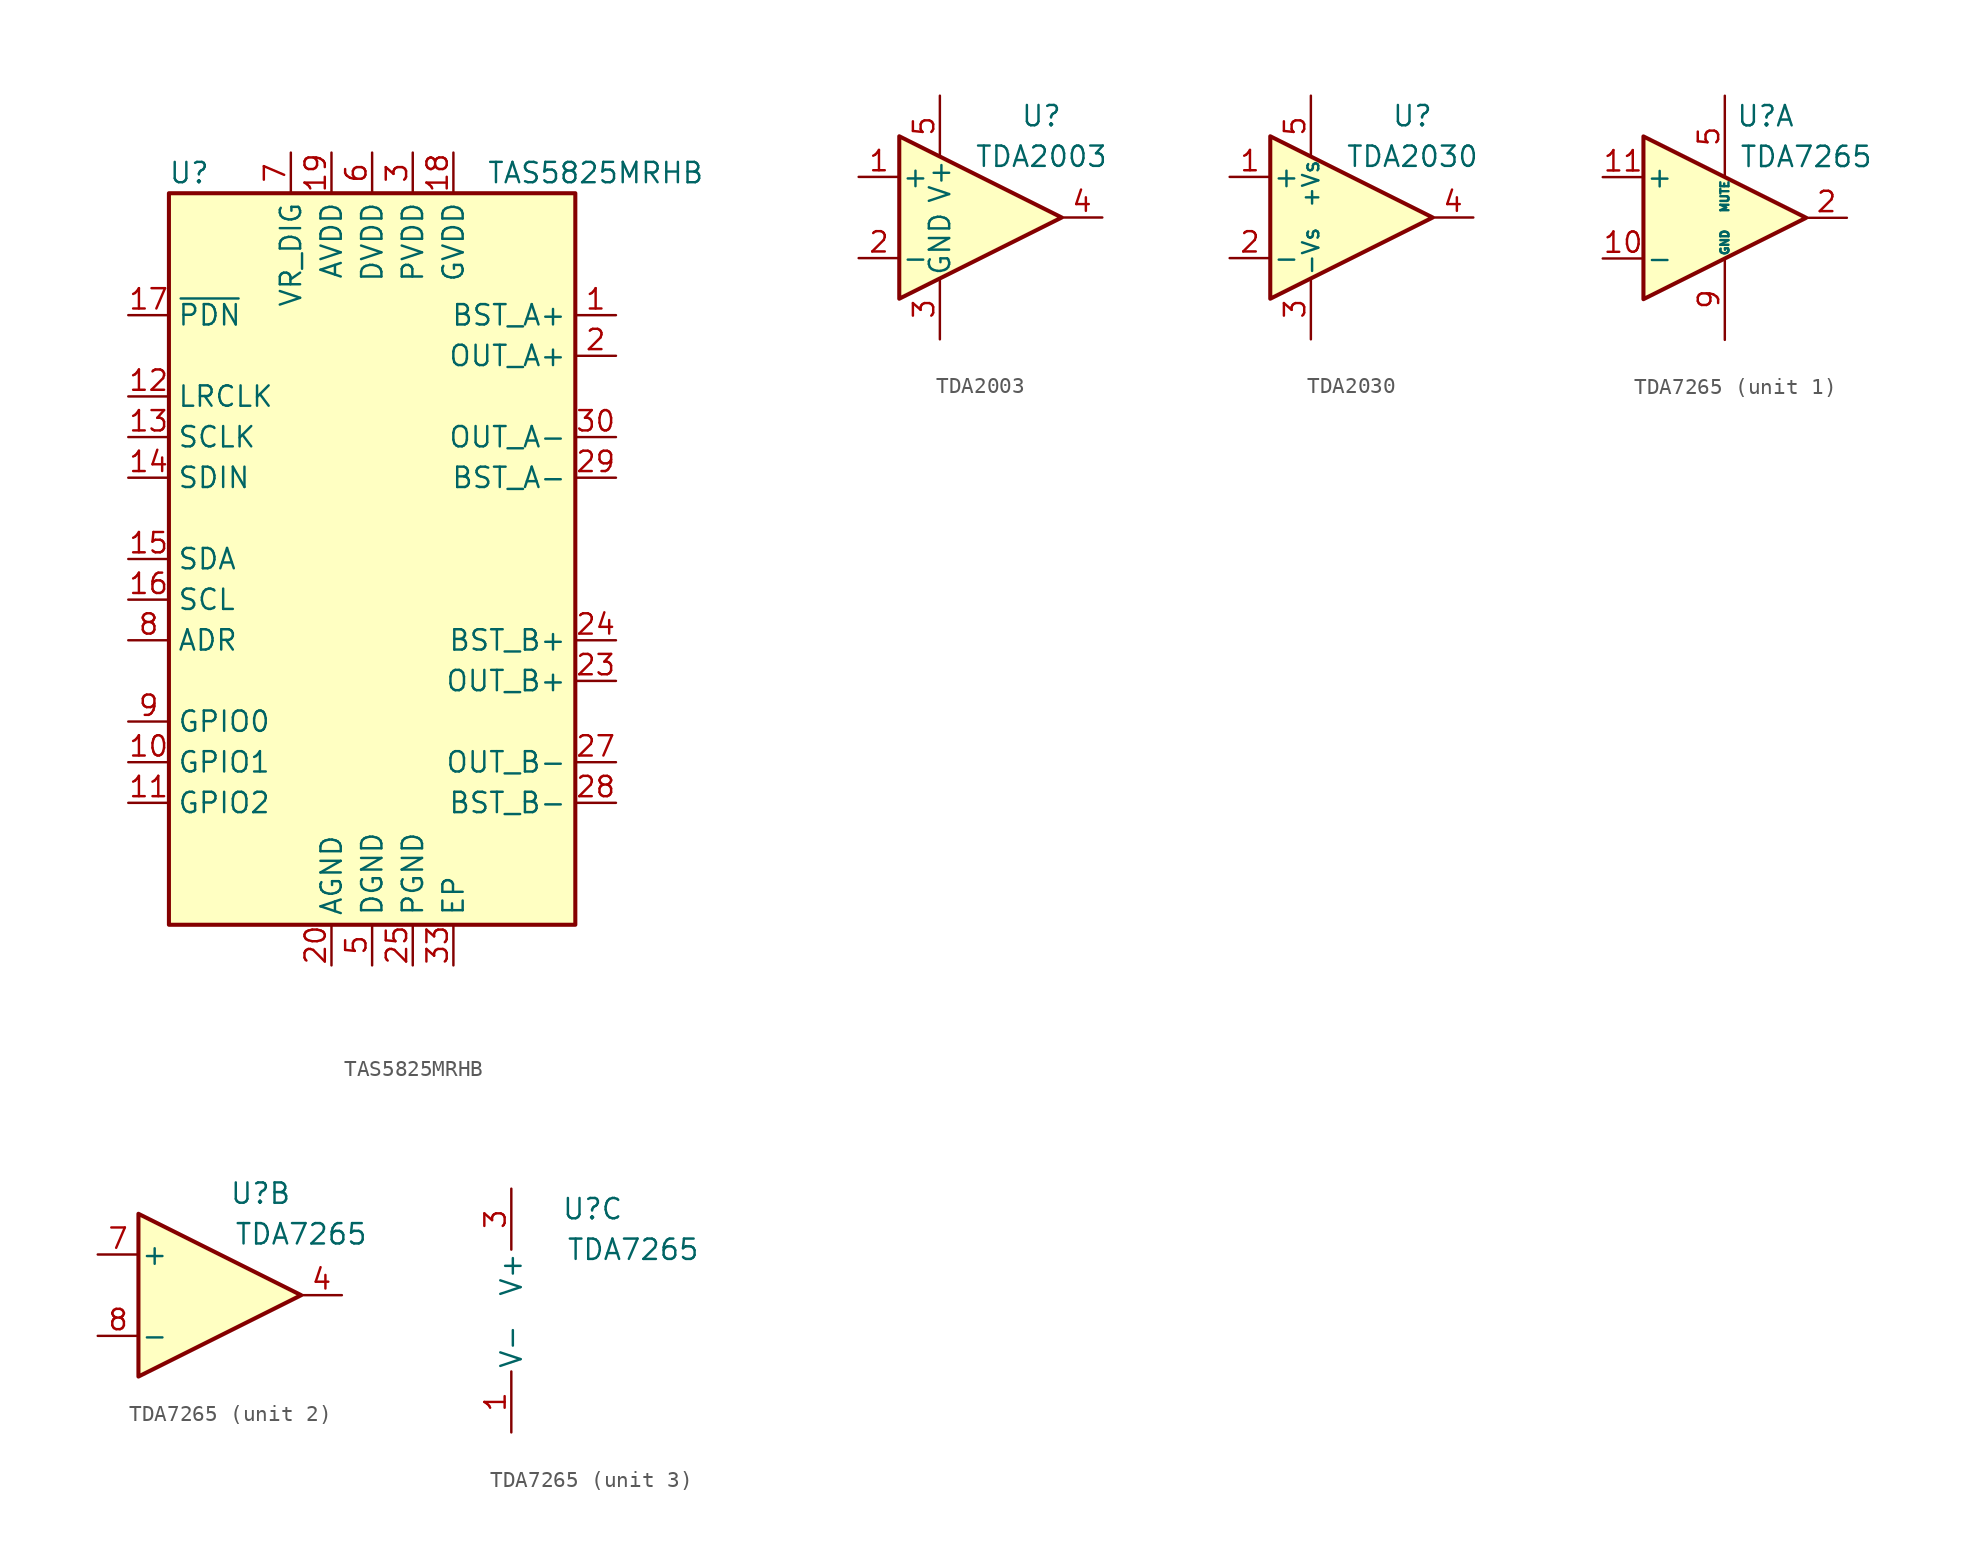
<source format=kicad_sym>
(kicad_symbol_lib
  (version 20201005)
  (generator kicad_symbol_editor)
  (symbol "TAS5825MRHB"
    (property "Reference" "U"
      (at -11.43 24.13 0)
      (effects (font (size 1.27 1.27))))
    (property "Value" "TAS5825MRHB"
      (at 13.97 24.13 0)
      (effects (font (size 1.27 1.27))))
    (symbol "TAS5825MRHB_0_1"
      (rectangle (start -12.7 22.86) (end 12.7 -22.86) (stroke (width 0.254)) (fill (type background))))
    (symbol "TAS5825MRHB_1_1"
      (pin passive line (at 15.24 15.24 180) (length 2.54) (name "BST_A+" (effects (font (size 1.27 1.27)))) (number "1" (effects (font (size 1.27 1.27)))))
      (pin bidirectional line (at -15.24 -12.7 0) (length 2.54) (name "GPIO1" (effects (font (size 1.27 1.27)))) (number "10" (effects (font (size 1.27 1.27)))))
      (pin bidirectional line (at -15.24 -15.24 0) (length 2.54) (name "GPIO2" (effects (font (size 1.27 1.27)))) (number "11" (effects (font (size 1.27 1.27)))))
      (pin input line (at -15.24 10.16 0) (length 2.54) (name "LRCLK" (effects (font (size 1.27 1.27)))) (number "12" (effects (font (size 1.27 1.27)))))
      (pin input line (at -15.24 7.62 0) (length 2.54) (name "SCLK" (effects (font (size 1.27 1.27)))) (number "13" (effects (font (size 1.27 1.27)))))
      (pin input line (at -15.24 5.08 0) (length 2.54) (name "SDIN" (effects (font (size 1.27 1.27)))) (number "14" (effects (font (size 1.27 1.27)))))
      (pin bidirectional line (at -15.24 0 0) (length 2.54) (name "SDA" (effects (font (size 1.27 1.27)))) (number "15" (effects (font (size 1.27 1.27)))))
      (pin input line (at -15.24 -2.54 0) (length 2.54) (name "SCL" (effects (font (size 1.27 1.27)))) (number "16" (effects (font (size 1.27 1.27)))))
      (pin input line (at -15.24 15.24 0) (length 2.54) (name "~PDN" (effects (font (size 1.27 1.27)))) (number "17" (effects (font (size 1.27 1.27)))))
      (pin passive line (at 5.08 25.4 270) (length 2.54) (name "GVDD" (effects (font (size 1.27 1.27)))) (number "18" (effects (font (size 1.27 1.27)))))
      (pin passive line (at -2.54 25.4 270) (length 2.54) (name "AVDD" (effects (font (size 1.27 1.27)))) (number "19" (effects (font (size 1.27 1.27)))))
      (pin output line (at 15.24 12.7 180) (length 2.54) (name "OUT_A+" (effects (font (size 1.27 1.27)))) (number "2" (effects (font (size 1.27 1.27)))))
      (pin power_in line (at -2.54 -25.4 90) (length 2.54) (name "AGND" (effects (font (size 1.27 1.27)))) (number "20" (effects (font (size 1.27 1.27)))))
      (pin passive line (at 2.54 25.4 270) (length 2.54) hide (name "PVDD" (effects (font (size 1.27 1.27)))) (number "21" (effects (font (size 1.27 1.27)))))
      (pin passive line (at 2.54 25.4 270) (length 2.54) hide (name "PVDD" (effects (font (size 1.27 1.27)))) (number "22" (effects (font (size 1.27 1.27)))))
      (pin output line (at 15.24 -7.62 180) (length 2.54) (name "OUT_B+" (effects (font (size 1.27 1.27)))) (number "23" (effects (font (size 1.27 1.27)))))
      (pin passive line (at 15.24 -5.08 180) (length 2.54) (name "BST_B+" (effects (font (size 1.27 1.27)))) (number "24" (effects (font (size 1.27 1.27)))))
      (pin power_in line (at 2.54 -25.4 90) (length 2.54) (name "PGND" (effects (font (size 1.27 1.27)))) (number "25" (effects (font (size 1.27 1.27)))))
      (pin passive line (at 2.54 -25.4 90) (length 2.54) hide (name "PGND" (effects (font (size 1.27 1.27)))) (number "26" (effects (font (size 1.27 1.27)))))
      (pin output line (at 15.24 -12.7 180) (length 2.54) (name "OUT_B-" (effects (font (size 1.27 1.27)))) (number "27" (effects (font (size 1.27 1.27)))))
      (pin passive line (at 15.24 -15.24 180) (length 2.54) (name "BST_B-" (effects (font (size 1.27 1.27)))) (number "28" (effects (font (size 1.27 1.27)))))
      (pin passive line (at 15.24 5.08 180) (length 2.54) (name "BST_A-" (effects (font (size 1.27 1.27)))) (number "29" (effects (font (size 1.27 1.27)))))
      (pin power_in line (at 2.54 25.4 270) (length 2.54) (name "PVDD" (effects (font (size 1.27 1.27)))) (number "3" (effects (font (size 1.27 1.27)))))
      (pin output line (at 15.24 7.62 180) (length 2.54) (name "OUT_A-" (effects (font (size 1.27 1.27)))) (number "30" (effects (font (size 1.27 1.27)))))
      (pin passive line (at 2.54 -25.4 90) (length 2.54) hide (name "PGND" (effects (font (size 1.27 1.27)))) (number "31" (effects (font (size 1.27 1.27)))))
      (pin passive line (at 2.54 -25.4 90) (length 2.54) hide (name "PGND" (effects (font (size 1.27 1.27)))) (number "32" (effects (font (size 1.27 1.27)))))
      (pin passive line (at 5.08 -25.4 90) (length 2.54) (name "EP" (effects (font (size 1.27 1.27)))) (number "33" (effects (font (size 1.27 1.27)))))
      (pin passive line (at 2.54 25.4 270) (length 2.54) hide (name "PVDD" (effects (font (size 1.27 1.27)))) (number "4" (effects (font (size 1.27 1.27)))))
      (pin power_in line (at 0 -25.4 90) (length 2.54) (name "DGND" (effects (font (size 1.27 1.27)))) (number "5" (effects (font (size 1.27 1.27)))))
      (pin power_in line (at 0 25.4 270) (length 2.54) (name "DVDD" (effects (font (size 1.27 1.27)))) (number "6" (effects (font (size 1.27 1.27)))))
      (pin passive line (at -5.08 25.4 270) (length 2.54) (name "VR_DIG" (effects (font (size 1.27 1.27)))) (number "7" (effects (font (size 1.27 1.27)))))
      (pin passive line (at -15.24 -5.08 0) (length 2.54) (name "ADR" (effects (font (size 1.27 1.27)))) (number "8" (effects (font (size 1.27 1.27)))))
      (pin bidirectional line (at -15.24 -10.16 0) (length 2.54) (name "GPIO0" (effects (font (size 1.27 1.27)))) (number "9" (effects (font (size 1.27 1.27)))))))
  (symbol "TDA2003"
    (pin_names
      (offset 0.127))
    (property "Reference" "U"
      (at 3.81 6.35 0)
      (effects (font (size 1.27 1.27))))
    (property "Value" "TDA2003"
      (at 3.81 3.81 0)
      (effects (font (size 1.27 1.27))))
    (symbol "TDA2003_0_1"
      (polyline (pts (xy -5.08 5.08) (xy 5.08 0) (xy -5.08 -5.08) (xy -5.08 5.08)) (stroke (width 0.254)) (fill (type background))))
    (symbol "TDA2003_1_1"
      (pin input line (at -7.62 2.54 0) (length 2.54) (name "+" (effects (font (size 1.27 1.27)))) (number "1" (effects (font (size 1.27 1.27)))))
      (pin input line (at -7.62 -2.54 0) (length 2.54) (name "-" (effects (font (size 1.27 1.27)))) (number "2" (effects (font (size 1.27 1.27)))))
      (pin power_in line (at -2.54 -7.62 90) (length 3.81) (name "GND" (effects (font (size 1.27 1.27)))) (number "3" (effects (font (size 1.27 1.27)))))
      (pin output line (at 7.62 0 180) (length 2.54) (name "~" (effects (font (size 1.27 1.27)))) (number "4" (effects (font (size 1.27 1.27)))))
      (pin power_in line (at -2.54 7.62 270) (length 3.81) (name "V+" (effects (font (size 1.27 1.27)))) (number "5" (effects (font (size 1.27 1.27)))))))
  (symbol "TDA2030"
    (pin_names
      (offset 0.127))
    (property "Reference" "U"
      (at 3.81 6.35 0)
      (effects (font (size 1.27 1.27))))
    (property "Value" "TDA2030"
      (at 3.81 3.81 0)
      (effects (font (size 1.27 1.27))))
    (symbol "TDA2030_0_1"
      (polyline (pts (xy -5.08 5.08) (xy 5.08 0) (xy -5.08 -5.08) (xy -5.08 5.08)) (stroke (width 0.254)) (fill (type background))))
    (symbol "TDA2030_1_1"
      (pin input line (at -7.62 2.54 0) (length 2.54) (name "+" (effects (font (size 1.27 1.27)))) (number "1" (effects (font (size 1.27 1.27)))))
      (pin input line (at -7.62 -2.54 0) (length 2.54) (name "-" (effects (font (size 1.27 1.27)))) (number "2" (effects (font (size 1.27 1.27)))))
      (pin power_in line (at -2.54 -7.62 90) (length 3.81) (name "-Vs" (effects (font (size 1.016 1.016)))) (number "3" (effects (font (size 1.27 1.27)))))
      (pin output line (at 7.62 0 180) (length 2.54) (name "~" (effects (font (size 1.27 1.27)))) (number "4" (effects (font (size 1.27 1.27)))))
      (pin power_in line (at -2.54 7.62 270) (length 3.81) (name "+Vs" (effects (font (size 1.016 1.016)))) (number "5" (effects (font (size 1.27 1.27)))))))
  (symbol "TDA7265"
    (pin_names
      (offset 0.127))
    (property "Reference" "U"
      (at 2.54 6.35 0)
      (effects (font (size 1.27 1.27))))
    (property "Value" "TDA7265"
      (at 5.08 3.81 0)
      (effects (font (size 1.27 1.27))))
    (property "ki_locked" ""
      (at 0 0 0)
      (effects (font (size 1.27 1.27))))
    (symbol "TDA7265_1_1"
      (polyline (pts (xy 5.08 0) (xy -5.08 5.08) (xy -5.08 -5.08) (xy 5.08 0)) (stroke (width 0.254)) (fill (type background)))
      (pin input line (at -7.62 -2.54 0) (length 2.54) (name "-" (effects (font (size 1.27 1.27)))) (number "10" (effects (font (size 1.27 1.27)))))
      (pin input line (at -7.62 2.54 0) (length 2.54) (name "+" (effects (font (size 1.27 1.27)))) (number "11" (effects (font (size 1.27 1.27)))))
      (pin output line (at 7.62 0 180) (length 2.54) (name "~" (effects (font (size 1.27 1.27)))) (number "2" (effects (font (size 1.27 1.27)))))
      (pin input line (at 0 7.62 270) (length 5.08) (name "MUTE" (effects (font (size 0.508 0.508)))) (number "5" (effects (font (size 1.27 1.27)))))
      (pin power_in line (at 0 -7.62 90) (length 5.08) (name "GND" (effects (font (size 0.508 0.508)))) (number "9" (effects (font (size 1.27 1.27))))))
    (symbol "TDA7265_2_1"
      (polyline (pts (xy 5.08 0) (xy -5.08 5.08) (xy -5.08 -5.08) (xy 5.08 0)) (stroke (width 0.254)) (fill (type background)))
      (pin output line (at 7.62 0 180) (length 2.54) (name "~" (effects (font (size 1.27 1.27)))) (number "4" (effects (font (size 1.27 1.27)))))
      (pin input line (at -7.62 2.54 0) (length 2.54) (name "+" (effects (font (size 1.27 1.27)))) (number "7" (effects (font (size 1.27 1.27)))))
      (pin input line (at -7.62 -2.54 0) (length 2.54) (name "-" (effects (font (size 1.27 1.27)))) (number "8" (effects (font (size 1.27 1.27))))))
    (symbol "TDA7265_3_1"
      (pin power_in line (at -2.54 -7.62 90) (length 3.81) (name "V-" (effects (font (size 1.27 1.27)))) (number "1" (effects (font (size 1.27 1.27)))))
      (pin power_in line (at -2.54 7.62 270) (length 3.81) (name "V+" (effects (font (size 1.27 1.27)))) (number "3" (effects (font (size 1.27 1.27)))))
      (pin passive line (at -2.54 -7.62 90) (length 3.81) hide (name "V-" (effects (font (size 1.27 1.27)))) (number "6" (effects (font (size 1.27 1.27))))))))
</source>
